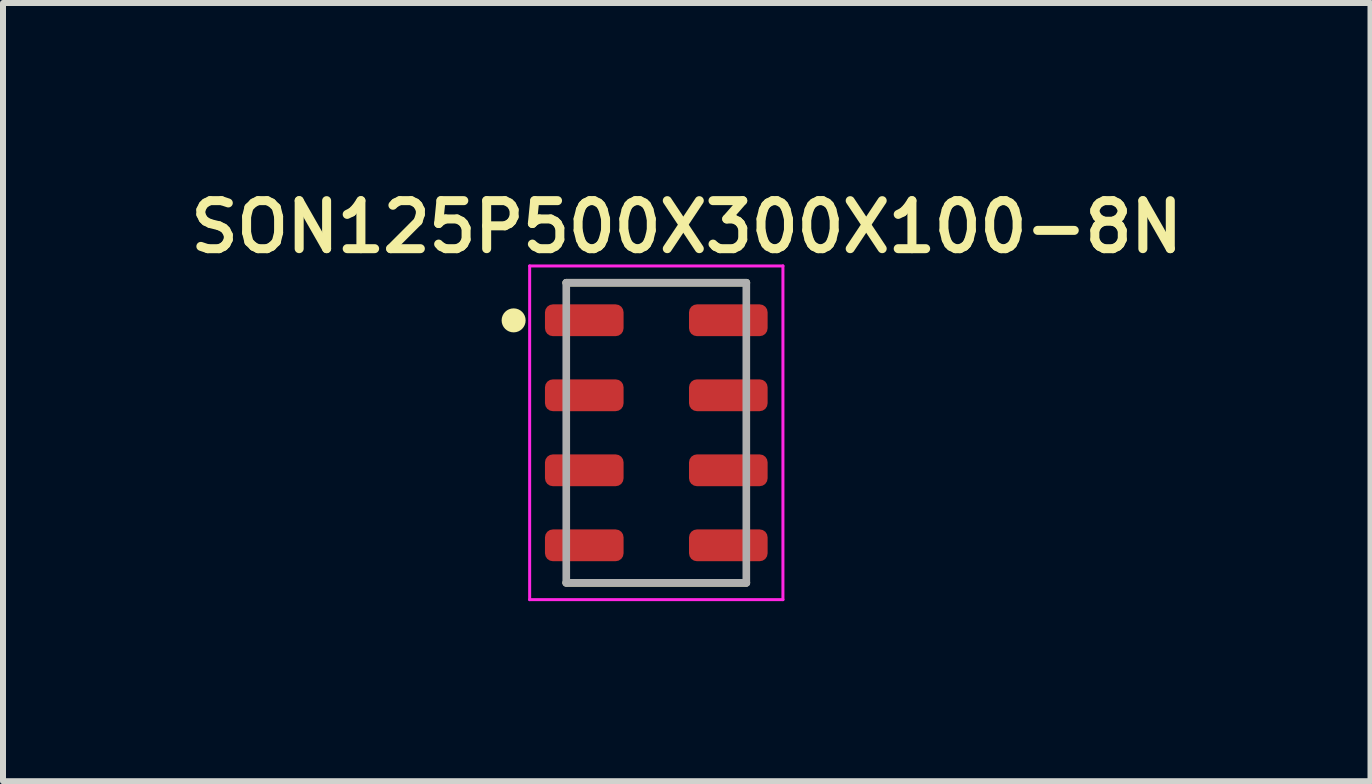
<source format=kicad_pcb>
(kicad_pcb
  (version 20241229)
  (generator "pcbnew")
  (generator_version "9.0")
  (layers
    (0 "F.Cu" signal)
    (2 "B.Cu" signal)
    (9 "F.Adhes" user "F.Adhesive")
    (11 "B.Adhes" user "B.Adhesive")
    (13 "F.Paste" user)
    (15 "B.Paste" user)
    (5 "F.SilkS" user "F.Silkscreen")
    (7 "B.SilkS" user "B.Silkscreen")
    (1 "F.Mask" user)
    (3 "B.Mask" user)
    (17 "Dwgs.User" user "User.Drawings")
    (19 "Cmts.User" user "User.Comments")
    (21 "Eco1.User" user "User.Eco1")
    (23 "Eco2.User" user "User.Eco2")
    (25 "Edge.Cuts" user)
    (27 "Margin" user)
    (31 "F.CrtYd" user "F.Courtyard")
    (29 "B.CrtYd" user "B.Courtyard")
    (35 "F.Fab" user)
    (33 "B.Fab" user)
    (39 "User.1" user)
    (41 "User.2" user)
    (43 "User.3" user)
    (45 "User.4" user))
  (footprint "SON125P500X300X100-8N"
    (layer "F.Cu")
    (at 7.885 4.161)
    (property "Reference" "SON125P500X300X100-8N" (at 0.507 -3.43 0) (layer "F.SilkS") (effects (font (size 0.8 0.8) (thickness 0.15))))
    (attr smd)
    (fp_line (start -1.5 -2.5) (end 1.5 -2.5) (stroke (width 0.127) (type solid)) (layer "F.SilkS"))
    (fp_line (start -1.5 2.5) (end 1.5 2.5) (stroke (width 0.127) (type solid)) (layer "F.SilkS"))
    (fp_circle (center -2.377 -1.873) (end -2.277 -1.873) (stroke (width 0.2) (type solid)) (fill no) (layer "F.SilkS"))
    (fp_line (start -2.11 -2.78) (end -2.11 2.78) (stroke (width 0.05) (type solid)) (layer "F.CrtYd"))
    (fp_line (start -2.11 2.78) (end 2.11 2.78) (stroke (width 0.05) (type solid)) (layer "F.CrtYd"))
    (fp_line (start 2.11 -2.78) (end -2.11 -2.78) (stroke (width 0.05) (type solid)) (layer "F.CrtYd"))
    (fp_line (start 2.11 2.78) (end 2.11 -2.78) (stroke (width 0.05) (type solid)) (layer "F.CrtYd"))
    (fp_line (start -1.5 -2.5) (end -1.5 2.5) (stroke (width 0.127) (type solid)) (layer "F.Fab"))
    (fp_line (start -1.5 2.5) (end 1.5 2.5) (stroke (width 0.127) (type solid)) (layer "F.Fab"))
    (fp_line (start 1.5 -2.5) (end -1.5 -2.5) (stroke (width 0.127) (type solid)) (layer "F.Fab"))
    (fp_line (start 1.5 2.5) (end 1.5 -2.5) (stroke (width 0.127) (type solid)) (layer "F.Fab"))
    (pad "1" smd roundrect (at -1.2 -1.875) (size 1.31 0.53) (layers "F.Cu" "F.Mask" "F.Paste") (roundrect_rratio 0.25))
    (pad "2" smd roundrect (at -1.2 -0.625) (size 1.31 0.53) (layers "F.Cu" "F.Mask" "F.Paste") (roundrect_rratio 0.25))
    (pad "3" smd roundrect (at -1.2 0.625) (size 1.31 0.53) (layers "F.Cu" "F.Mask" "F.Paste") (roundrect_rratio 0.25))
    (pad "4" smd roundrect (at -1.2 1.875) (size 1.31 0.53) (layers "F.Cu" "F.Mask" "F.Paste") (roundrect_rratio 0.25))
    (pad "5" smd roundrect (at 1.2 1.875) (size 1.31 0.53) (layers "F.Cu" "F.Mask" "F.Paste") (roundrect_rratio 0.25))
    (pad "6" smd roundrect (at 1.2 0.625) (size 1.31 0.53) (layers "F.Cu" "F.Mask" "F.Paste") (roundrect_rratio 0.25))
    (pad "7" smd roundrect (at 1.2 -0.625) (size 1.31 0.53) (layers "F.Cu" "F.Mask" "F.Paste") (roundrect_rratio 0.25))
    (pad "8" smd roundrect (at 1.2 -1.875) (size 1.31 0.53) (layers "F.Cu" "F.Mask" "F.Paste") (roundrect_rratio 0.25))
    (zone (net_name "") (layer "F.Cu") (hatch full 0.508) (connect_pads) (min_thickness 0.01) (filled_areas_thickness no) (keepout (tracks not_allowed) (vias not_allowed) (pads not_allowed) (copperpour not_allowed) (footprints allowed)) (placement (enabled no)) (fill) (polygon (pts (xy 6.007 3.974) (xy 9.76 3.974) (xy 9.76 4.349) (xy 6.007 4.349))))
    (zone (net_name "") (layer "F.Cu") (hatch full 0.508) (connect_pads) (min_thickness 0.01) (filled_areas_thickness no) (keepout (tracks not_allowed) (vias not_allowed) (pads not_allowed) (copperpour not_allowed) (footprints allowed)) (placement (enabled no)) (fill) (polygon (pts (xy 6.007 5.224) (xy 9.76 5.224) (xy 9.76 5.601) (xy 6.007 5.601))))
    (zone (net_name "") (layer "F.Cu") (hatch full 0.508) (connect_pads) (min_thickness 0.01) (filled_areas_thickness no) (keepout (tracks not_allowed) (vias not_allowed) (pads not_allowed) (copperpour not_allowed) (footprints allowed)) (placement (enabled no)) (fill) (polygon (pts (xy 6.01 2.724) (xy 9.76 2.724) (xy 9.76 3.099) (xy 6.01 3.099))))
    (zone (net_name "") (layer "F.Cu") (hatch full 0.508) (connect_pads) (min_thickness 0.01) (filled_areas_thickness no) (keepout (tracks not_allowed) (vias not_allowed) (pads not_allowed) (copperpour not_allowed) (footprints allowed)) (placement (enabled no)) (fill) (polygon (pts (xy 7.51 2.256) (xy 8.266 2.256) (xy 8.266 6.096) (xy 7.51 6.096))))
    (zone (net_name "") (layers "F.Cu" "B.Cu") (hatch full 0.508) (connect_pads) (min_thickness 0.01) (filled_areas_thickness no) (keepout (tracks allowed) (vias not_allowed) (pads allowed) (copperpour allowed) (footprints allowed)) (placement (enabled no)) (fill) (polygon (pts (xy 6.008 5.224) (xy 9.76 5.224) (xy 9.76 5.601) (xy 6.008 5.601))))
    (zone (net_name "") (layers "F.Cu" "B.Cu") (hatch full 0.508) (connect_pads) (min_thickness 0.01) (filled_areas_thickness no) (keepout (tracks allowed) (vias not_allowed) (pads allowed) (copperpour allowed) (footprints allowed)) (placement (enabled no)) (fill) (polygon (pts (xy 6.008 3.974) (xy 9.76 3.974) (xy 9.76 4.349) (xy 6.008 4.349))))
    (zone (net_name "") (layers "F.Cu" "B.Cu") (hatch full 0.508) (connect_pads) (min_thickness 0.01) (filled_areas_thickness no) (keepout (tracks allowed) (vias not_allowed) (pads allowed) (copperpour allowed) (footprints allowed)) (placement (enabled no)) (fill) (polygon (pts (xy 6.01 2.724) (xy 9.76 2.724) (xy 9.76 3.098) (xy 6.01 3.098))))
    (zone (net_name "") (layers "F.Cu" "B.Cu") (hatch full 0.508) (connect_pads) (min_thickness 0.01) (filled_areas_thickness no) (keepout (tracks allowed) (vias not_allowed) (pads allowed) (copperpour allowed) (footprints allowed)) (placement (enabled no)) (fill) (polygon (pts (xy 7.51 2.256) (xy 8.266 2.256) (xy 8.266 6.096) (xy 7.51 6.096))))
    (zone (net_name "") (layer "B.Cu") (hatch full 0.508) (connect_pads) (min_thickness 0.01) (filled_areas_thickness no) (keepout (tracks not_allowed) (vias not_allowed) (pads not_allowed) (copperpour not_allowed) (footprints allowed)) (placement (enabled no)) (fill) (polygon (pts (xy 6.007 5.224) (xy 9.76 5.224) (xy 9.76 5.601) (xy 6.007 5.601))))
    (zone (net_name "") (layer "B.Cu") (hatch full 0.508) (connect_pads) (min_thickness 0.01) (filled_areas_thickness no) (keepout (tracks not_allowed) (vias not_allowed) (pads not_allowed) (copperpour not_allowed) (footprints allowed)) (placement (enabled no)) (fill) (polygon (pts (xy 6.007 3.974) (xy 9.76 3.974) (xy 9.76 4.349) (xy 6.007 4.349))))
    (zone (net_name "") (layer "B.Cu") (hatch full 0.508) (connect_pads) (min_thickness 0.01) (filled_areas_thickness no) (keepout (tracks not_allowed) (vias not_allowed) (pads not_allowed) (copperpour not_allowed) (footprints allowed)) (placement (enabled no)) (fill) (polygon (pts (xy 6.007 2.724) (xy 9.76 2.724) (xy 9.76 3.097) (xy 6.007 3.097))))
    (zone (net_name "") (layer "B.Cu") (hatch full 0.508) (connect_pads) (min_thickness 0.01) (filled_areas_thickness no) (keepout (tracks not_allowed) (vias not_allowed) (pads not_allowed) (copperpour not_allowed) (footprints allowed)) (placement (enabled no)) (fill) (polygon (pts (xy 7.51 2.256) (xy 8.266 2.256) (xy 8.266 6.096) (xy 7.51 6.096)))))
  (gr_rect
    (start -3 -3)
    (end 19.785 9.966)
    (stroke (width 0.1) (type default))
    (fill no)
    (layer "Edge.Cuts")))
</source>
